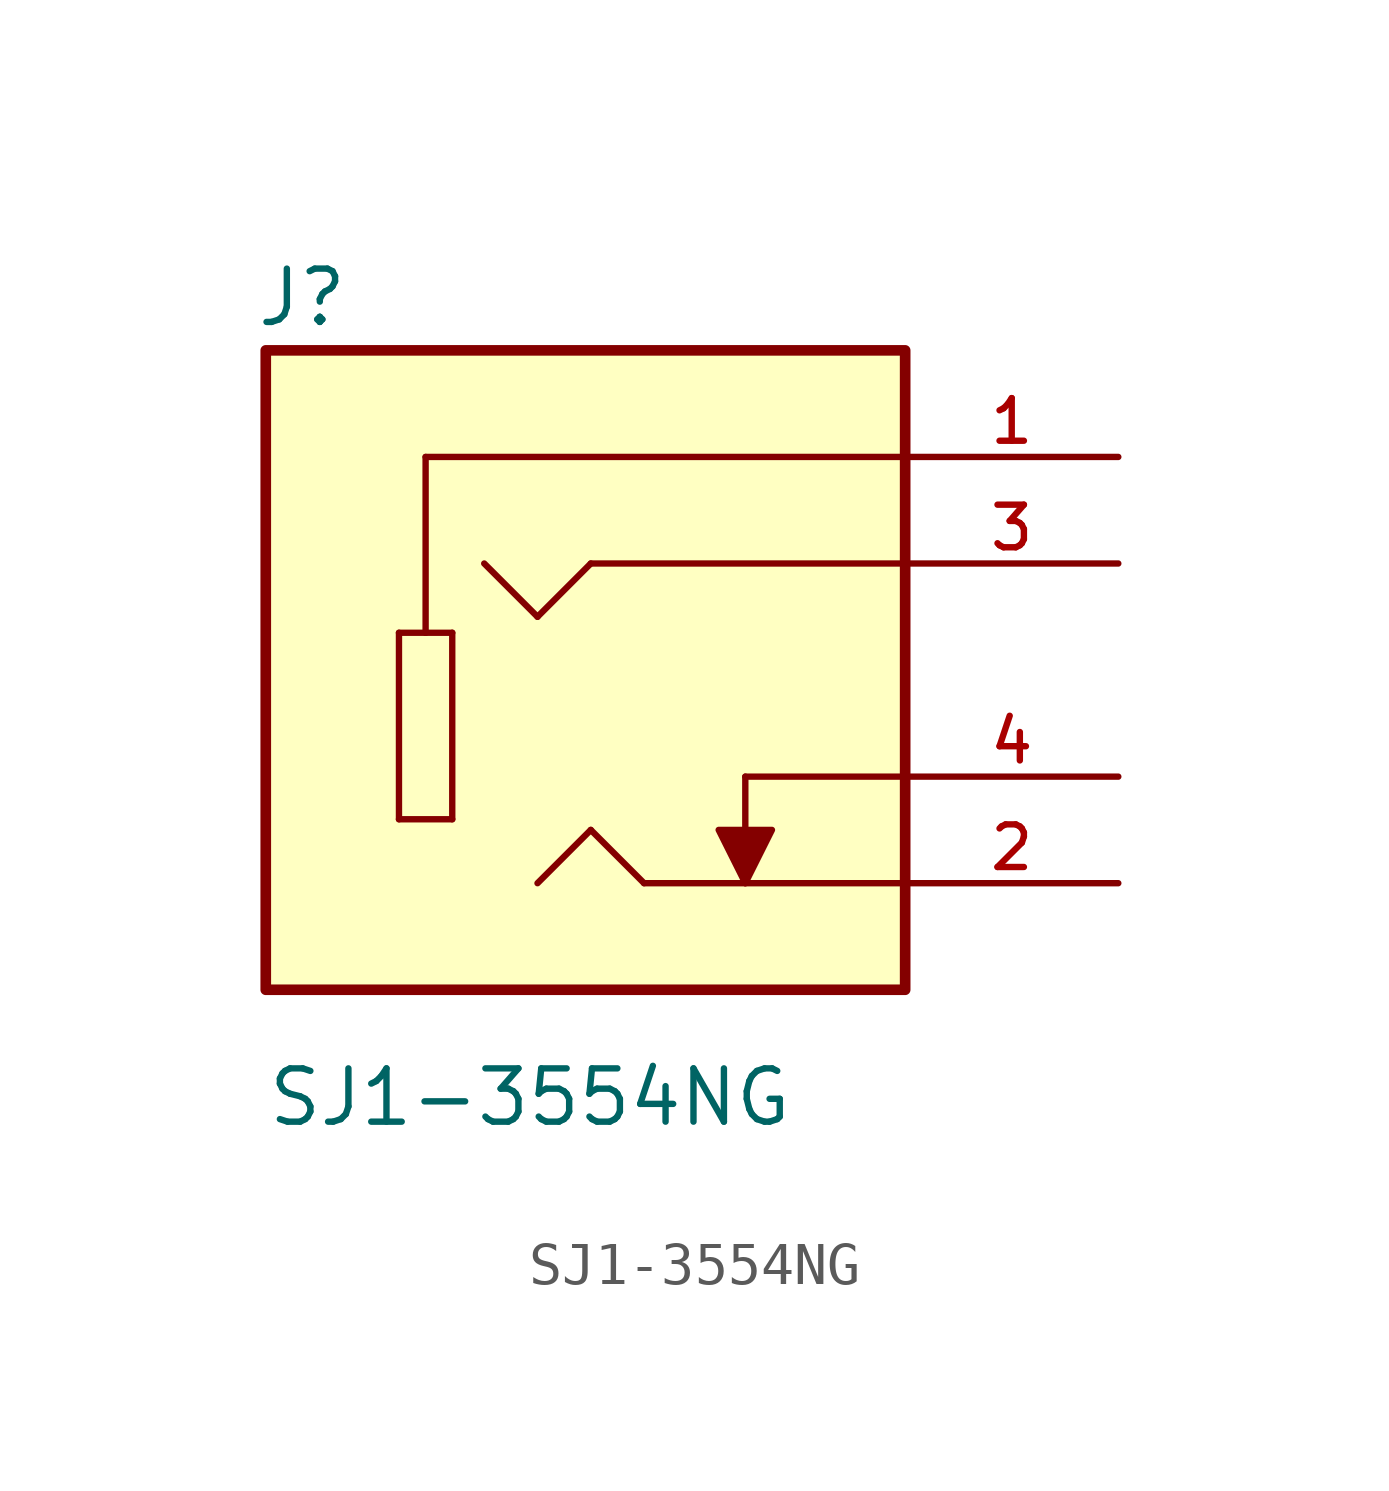
<source format=kicad_sym>
(kicad_symbol_lib
  (version 20211014)
  (generator kicad_symbol_editor)
  (symbol "SJ1-3554NG"
    (pin_names
      (offset 1.016))
    (property "Reference" "J"
      (at -7.883 8.135 0)
      (effects (font (size 1.27 1.27)) (justify bottom left)))
    (property "Value" "SJ1-3554NG"
      (at -7.625 -10.927 0)
      (effects (font (size 1.27 1.27)) (justify bottom left)))
    (symbol "SJ1-3554NG_0_0"
      (polyline (pts (xy 7.62 5.08) (xy -3.81 5.08)) (stroke (width 0.152)))
      (polyline (pts (xy -3.81 5.08) (xy -3.81 0.889)) (stroke (width 0.152)))
      (polyline (pts (xy -3.81 0.889) (xy -3.175 0.889)) (stroke (width 0.152)))
      (polyline (pts (xy -3.175 0.889) (xy -3.175 -3.556)) (stroke (width 0.152)))
      (polyline (pts (xy -3.175 -3.556) (xy -4.445 -3.556)) (stroke (width 0.152)))
      (polyline (pts (xy -4.445 -3.556) (xy -4.445 0.889)) (stroke (width 0.152)))
      (polyline (pts (xy -4.445 0.889) (xy -3.81 0.889)) (stroke (width 0.152)))
      (polyline (pts (xy 7.62 2.54) (xy 0.127 2.54)) (stroke (width 0.152)))
      (polyline (pts (xy 0.127 2.54) (xy -1.143 1.27)) (stroke (width 0.152)))
      (polyline (pts (xy -1.143 1.27) (xy -2.413 2.54)) (stroke (width 0.152)))
      (polyline (pts (xy 7.62 -5.08) (xy 1.397 -5.08)) (stroke (width 0.152)))
      (polyline (pts (xy 1.397 -5.08) (xy 0.127 -3.81)) (stroke (width 0.152)))
      (polyline (pts (xy 0.127 -3.81) (xy -1.143 -5.08)) (stroke (width 0.152)))
      (polyline (pts (xy 7.62 -2.54) (xy 3.81 -2.54)) (stroke (width 0.152)))
      (polyline (pts (xy 3.81 -2.54) (xy 3.81 -5.08)) (stroke (width 0.152)))
      (polyline (pts (xy 3.81 -5.08) (xy 3.175 -3.81) (xy 4.445 -3.81) (xy 3.81 -5.08)) (stroke (width 0.152)) (fill (type outline)))
      (rectangle (start -7.62 -7.62) (end 7.62 7.62) (stroke (width 0.254)) (fill (type background)))
      (pin passive line (at 12.7 5.08 180.0) (length 5.08) (name "~" (effects (font (size 1.016 1.016)))) (number "1" (effects (font (size 1.016 1.016)))))
      (pin passive line (at 12.7 2.54 180.0) (length 5.08) (name "~" (effects (font (size 1.016 1.016)))) (number "3" (effects (font (size 1.016 1.016)))))
      (pin passive line (at 12.7 -5.08 180.0) (length 5.08) (name "~" (effects (font (size 1.016 1.016)))) (number "2" (effects (font (size 1.016 1.016)))))
      (pin passive line (at 12.7 -2.54 180.0) (length 5.08) (name "~" (effects (font (size 1.016 1.016)))) (number "4" (effects (font (size 1.016 1.016))))))))
</source>
